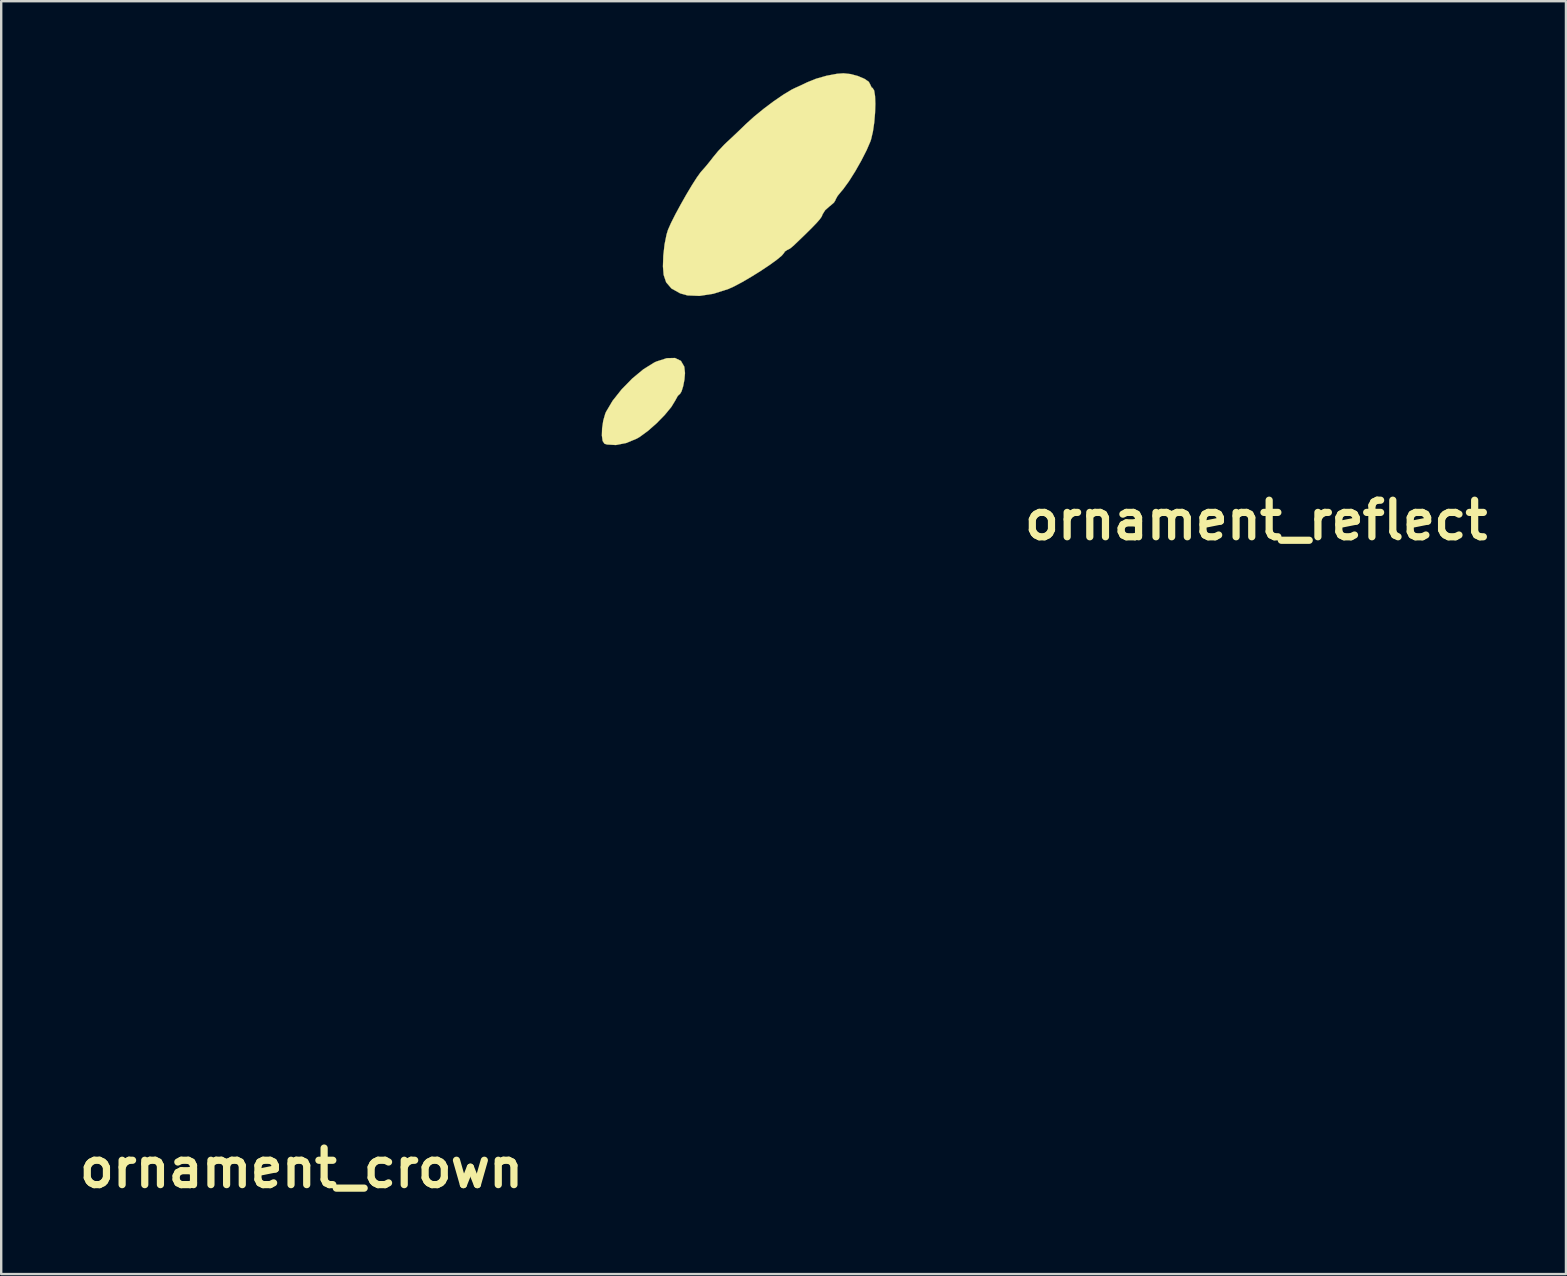
<source format=kicad_pcb>
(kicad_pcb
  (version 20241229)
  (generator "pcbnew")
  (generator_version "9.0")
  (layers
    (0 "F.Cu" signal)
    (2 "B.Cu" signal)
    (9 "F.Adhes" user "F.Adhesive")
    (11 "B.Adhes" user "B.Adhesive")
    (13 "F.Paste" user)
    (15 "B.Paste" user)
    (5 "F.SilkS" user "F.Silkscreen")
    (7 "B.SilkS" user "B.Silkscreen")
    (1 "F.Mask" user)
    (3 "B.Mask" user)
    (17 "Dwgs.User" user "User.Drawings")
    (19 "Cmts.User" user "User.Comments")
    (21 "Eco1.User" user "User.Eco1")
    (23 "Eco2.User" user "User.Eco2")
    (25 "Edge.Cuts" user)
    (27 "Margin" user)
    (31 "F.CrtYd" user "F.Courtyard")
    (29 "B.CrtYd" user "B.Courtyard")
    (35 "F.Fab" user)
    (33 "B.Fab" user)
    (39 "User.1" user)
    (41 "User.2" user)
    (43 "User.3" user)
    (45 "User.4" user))
  (footprint "ornament_reflect"
    (layer "F.Cu")
    (at 49.297 18.63)
    (property "Reference" "ornament_reflect" (at 0 0 0) (layer "F.SilkS") (effects (font (size 1.524 1.524) (thickness 0.3))))
    (attr through_hole)
    (fp_poly (pts (xy -23.97 -6.641) (xy -23.83 -6.399) (xy -23.801 -6.134) (xy -23.824 -5.859) (xy -23.876 -5.588) (xy -23.944 -5.37) (xy -24.013 -5.256) (xy -24.031 -5.249) (xy -24.101 -5.18) (xy -24.193 -5.013) (xy -24.199 -5.001) (xy -24.37 -4.72) (xy -24.645 -4.387) (xy -24.982 -4.042) (xy -25.342 -3.725) (xy -25.685 -3.474) (xy -25.81 -3.401) (xy -26.251 -3.218) (xy -26.681 -3.134) (xy -27.053 -3.156) (xy -27.157 -3.189) (xy -27.232 -3.302) (xy -27.264 -3.53) (xy -27.255 -3.827) (xy -27.208 -4.145) (xy -27.125 -4.436) (xy -27.091 -4.516) (xy -26.818 -4.978) (xy -26.44 -5.454) (xy -25.998 -5.906) (xy -25.532 -6.292) (xy -25.083 -6.571) (xy -24.991 -6.614) (xy -24.559 -6.753) (xy -24.216 -6.761) (xy -23.97 -6.641)) (stroke (width 0.01) (type solid)) (fill yes) (layer "F.SilkS"))
    (fp_poly (pts (xy -16.897 -18.593) (xy -16.593 -18.511) (xy -16.326 -18.398) (xy -16.143 -18.274) (xy -16.087 -18.172) (xy -16.025 -18.039) (xy -15.981 -18.013) (xy -15.917 -17.909) (xy -15.88 -17.676) (xy -15.868 -17.351) (xy -15.88 -16.971) (xy -15.914 -16.574) (xy -15.969 -16.197) (xy -16.044 -15.878) (xy -16.072 -15.791) (xy -16.231 -15.422) (xy -16.452 -14.989) (xy -16.706 -14.541) (xy -16.966 -14.129) (xy -17.203 -13.802) (xy -17.293 -13.696) (xy -17.441 -13.514) (xy -17.521 -13.372) (xy -17.526 -13.347) (xy -17.591 -13.239) (xy -17.748 -13.102) (xy -17.776 -13.083) (xy -17.959 -12.92) (xy -18.066 -12.75) (xy -18.07 -12.738) (xy -18.103 -12.656) (xy -18.177 -12.549) (xy -18.307 -12.399) (xy -18.509 -12.189) (xy -18.8 -11.901) (xy -19.197 -11.519) (xy -19.267 -11.451) (xy -19.427 -11.319) (xy -19.542 -11.261) (xy -19.545 -11.261) (xy -19.642 -11.194) (xy -19.67 -11.143) (xy -19.77 -11.024) (xy -19.988 -10.845) (xy -20.293 -10.625) (xy -20.654 -10.385) (xy -21.039 -10.145) (xy -21.417 -9.924) (xy -21.758 -9.743) (xy -21.997 -9.635) (xy -22.616 -9.439) (xy -23.193 -9.349) (xy -23.697 -9.369) (xy -24.003 -9.455) (xy -24.364 -9.657) (xy -24.585 -9.914) (xy -24.69 -10.224) (xy -24.719 -10.58) (xy -24.704 -11.027) (xy -24.652 -11.494) (xy -24.568 -11.911) (xy -24.507 -12.107) (xy -24.383 -12.387) (xy -24.2 -12.75) (xy -23.979 -13.158) (xy -23.743 -13.575) (xy -23.511 -13.963) (xy -23.305 -14.285) (xy -23.147 -14.504) (xy -23.111 -14.545) (xy -22.922 -14.76) (xy -22.71 -15.022) (xy -22.643 -15.111) (xy -22.42 -15.382) (xy -22.156 -15.661) (xy -22.067 -15.746) (xy -21.838 -15.959) (xy -21.55 -16.232) (xy -21.266 -16.507) (xy -21.263 -16.51) (xy -20.922 -16.819) (xy -20.52 -17.147) (xy -20.098 -17.464) (xy -19.696 -17.739) (xy -19.355 -17.944) (xy -19.219 -18.011) (xy -18.958 -18.129) (xy -18.725 -18.241) (xy -18.711 -18.248) (xy -18.34 -18.398) (xy -17.897 -18.524) (xy -17.462 -18.605) (xy -17.193 -18.625) (xy -16.897 -18.593)) (stroke (width 0.01) (type solid)) (fill yes) (layer "F.SilkS")))
  (footprint "ornament_crown"
    (layer "F.Cu")
    (at 9.514 45.629)
    (property "Reference" "ornament_crown" (at 0 0 0) (layer "F.SilkS") (effects (font (size 1.524 1.524) (thickness 0.3))))
    (attr through_hole)
    (fp_poly (pts (xy 0.282 -45.621) (xy 0.469 -45.579) (xy 0.688 -45.487) (xy 0.988 -45.33) (xy 1.121 -45.259) (xy 1.533 -45.02) (xy 1.827 -44.806) (xy 2.048 -44.583) (xy 2.137 -44.466) (xy 2.501 -43.917) (xy 2.762 -43.444) (xy 2.908 -43.065) (xy 2.921 -43.011) (xy 3.007 -42.721) (xy 3.118 -42.46) (xy 3.203 -42.234) (xy 3.279 -41.921) (xy 3.314 -41.698) (xy 3.357 -41.36) (xy 3.411 -40.939) (xy 3.466 -40.519) (xy 3.473 -40.471) (xy 3.521 -40.098) (xy 3.562 -39.753) (xy 3.589 -39.498) (xy 3.593 -39.456) (xy 3.636 -39.261) (xy 3.748 -39.138) (xy 3.96 -39.07) (xy 4.305 -39.042) (xy 4.378 -39.04) (xy 4.583 -39.025) (xy 4.919 -38.99) (xy 5.351 -38.94) (xy 5.841 -38.879) (xy 6.354 -38.811) (xy 6.854 -38.742) (xy 7.305 -38.676) (xy 7.62 -38.626) (xy 7.854 -38.577) (xy 7.963 -38.511) (xy 7.991 -38.389) (xy 7.99 -38.31) (xy 7.986 -38.158) (xy 7.981 -37.863) (xy 7.976 -37.45) (xy 7.97 -36.945) (xy 7.965 -36.374) (xy 7.96 -35.856) (xy 7.949 -34.979) (xy 7.93 -34.252) (xy 7.9 -33.659) (xy 7.858 -33.181) (xy 7.8 -32.8) (xy 7.724 -32.497) (xy 7.628 -32.256) (xy 7.509 -32.057) (xy 7.416 -31.941) (xy 7.181 -31.768) (xy 6.915 -31.76) (xy 6.616 -31.917) (xy 6.381 -32.13) (xy 6.096 -32.502) (xy 5.884 -32.961) (xy 5.729 -33.544) (xy 5.705 -33.671) (xy 5.605 -33.911) (xy 5.407 -34.025) (xy 5.099 -34.02) (xy 4.934 -33.983) (xy 4.817 -33.919) (xy 4.734 -33.774) (xy 4.663 -33.509) (xy 4.649 -33.438) (xy 4.569 -33.142) (xy 4.466 -32.901) (xy 4.392 -32.799) (xy 4.27 -32.649) (xy 4.233 -32.547) (xy 4.163 -32.435) (xy 4.075 -32.389) (xy 3.896 -32.288) (xy 3.766 -32.171) (xy 3.549 -32.028) (xy 3.308 -32.05) (xy 3.049 -32.234) (xy 2.773 -32.578) (xy 2.485 -33.079) (xy 2.448 -33.152) (xy 2.273 -33.494) (xy 2.143 -33.708) (xy 2.037 -33.822) (xy 1.932 -33.864) (xy 1.889 -33.867) (xy 1.658 -33.831) (xy 1.46 -33.742) (xy 1.358 -33.631) (xy 1.355 -33.608) (xy 1.308 -33.429) (xy 1.185 -33.161) (xy 1.014 -32.849) (xy 0.819 -32.539) (xy 0.628 -32.276) (xy 0.492 -32.127) (xy 0.183 -31.902) (xy -0.096 -31.834) (xy -0.373 -31.924) (xy -0.673 -32.169) (xy -0.857 -32.371) (xy -1.016 -32.595) (xy -1.172 -32.88) (xy -1.348 -33.264) (xy -1.471 -33.554) (xy -1.569 -33.76) (xy -1.677 -33.846) (xy -1.858 -33.856) (xy -1.924 -33.851) (xy -2.074 -33.832) (xy -2.187 -33.784) (xy -2.291 -33.679) (xy -2.411 -33.487) (xy -2.573 -33.18) (xy -2.625 -33.079) (xy -2.918 -32.572) (xy -3.2 -32.232) (xy -3.477 -32.054) (xy -3.754 -32.036) (xy -4.039 -32.175) (xy -4.244 -32.362) (xy -4.443 -32.603) (xy -4.583 -32.853) (xy -4.69 -33.168) (xy -4.773 -33.528) (xy -4.868 -33.994) (xy -5.234 -34.02) (xy -5.544 -34.012) (xy -5.732 -33.916) (xy -5.833 -33.704) (xy -5.864 -33.538) (xy -5.956 -33.159) (xy -6.119 -32.757) (xy -6.328 -32.382) (xy -6.554 -32.082) (xy -6.736 -31.927) (xy -7.087 -31.781) (xy -7.396 -31.769) (xy -7.635 -31.891) (xy -7.655 -31.911) (xy -7.753 -32.041) (xy -7.835 -32.206) (xy -7.902 -32.421) (xy -7.955 -32.703) (xy -7.998 -33.07) (xy -8.03 -33.537) (xy -8.055 -34.123) (xy -8.075 -34.843) (xy -8.091 -35.714) (xy -8.092 -35.781) (xy -8.134 -38.585) (xy -7.39 -38.685) (xy -7.147 -38.717) (xy -6.797 -38.763) (xy -6.372 -38.818) (xy -5.906 -38.879) (xy -5.432 -38.941) (xy -4.983 -38.999) (xy -4.591 -39.049) (xy -4.29 -39.088) (xy -4.112 -39.11) (xy -4.085 -39.114) (xy -4.072 -39.191) (xy -4.064 -39.382) (xy -4.063 -39.476) (xy -4.041 -39.736) (xy -3.984 -40.087) (xy -3.904 -40.46) (xy -3.893 -40.503) (xy -3.814 -40.833) (xy -3.755 -41.11) (xy -3.727 -41.286) (xy -3.726 -41.307) (xy -3.7 -41.459) (xy -3.632 -41.728) (xy -3.534 -42.07) (xy -3.419 -42.443) (xy -3.301 -42.802) (xy -3.192 -43.105) (xy -3.147 -43.218) (xy -2.95 -43.571) (xy -2.662 -43.951) (xy -2.332 -44.299) (xy -2.011 -44.558) (xy -1.971 -44.582) (xy -1.716 -44.77) (xy -1.493 -44.99) (xy -1.459 -45.034) (xy -1.217 -45.288) (xy -0.911 -45.459) (xy -0.501 -45.564) (xy -0.194 -45.602) (xy 0.077 -45.624) (xy 0.282 -45.621)) (stroke (width 0.01) (type solid)) (fill yes) (layer "F.Mask")))
  (gr_rect
    (start -3 -3)
    (end 62.21 50.047)
    (stroke (width 0.1) (type default))
    (fill no)
    (layer "Edge.Cuts")))
</source>
